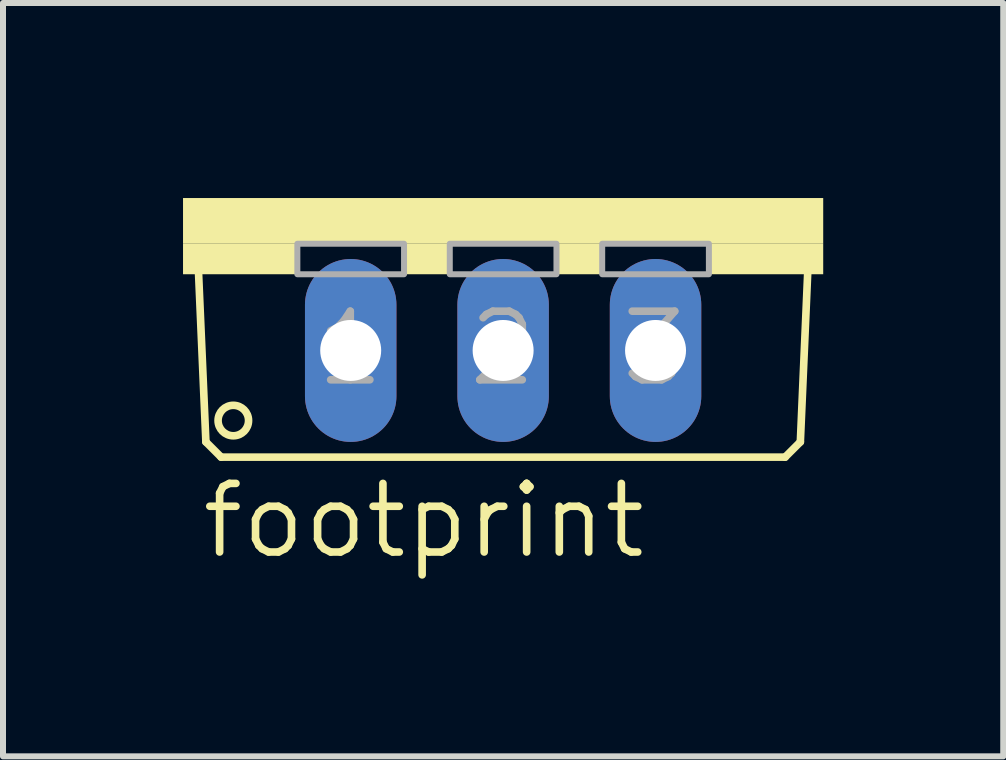
<source format=kicad_pcb>
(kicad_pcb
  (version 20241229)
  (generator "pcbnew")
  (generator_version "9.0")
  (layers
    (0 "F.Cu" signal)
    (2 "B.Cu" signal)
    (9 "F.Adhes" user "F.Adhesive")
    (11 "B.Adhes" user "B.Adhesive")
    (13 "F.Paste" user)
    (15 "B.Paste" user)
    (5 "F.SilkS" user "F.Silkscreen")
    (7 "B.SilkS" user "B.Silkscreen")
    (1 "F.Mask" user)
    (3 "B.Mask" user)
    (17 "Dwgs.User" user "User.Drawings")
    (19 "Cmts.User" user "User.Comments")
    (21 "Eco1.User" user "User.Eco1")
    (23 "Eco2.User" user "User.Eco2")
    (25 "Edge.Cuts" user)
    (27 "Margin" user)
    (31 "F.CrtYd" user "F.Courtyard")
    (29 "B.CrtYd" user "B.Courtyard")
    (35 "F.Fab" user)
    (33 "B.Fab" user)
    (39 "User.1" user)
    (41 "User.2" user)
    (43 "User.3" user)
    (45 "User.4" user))
  (footprint "footprint"
    (layer "F.Cu")
    (at 5.334 0.25)
    (property "Reference" "footprint" (at -5.08 6.045 0) (layer "F.SilkS") (effects (font (size 1.143 1.143) (thickness 0.127)) (justify left bottom)))
    (fp_line (start -4.953 4.064) (end -5.08 1.143) (stroke (width 0.127) (type solid)) (layer "F.SilkS"))
    (fp_line (start -4.953 4.064) (end -4.699 4.318) (stroke (width 0.127) (type solid)) (layer "F.SilkS"))
    (fp_line (start 4.699 4.318) (end -4.699 4.318) (stroke (width 0.127) (type solid)) (layer "F.SilkS"))
    (fp_line (start 4.699 4.318) (end 4.953 4.064) (stroke (width 0.127) (type solid)) (layer "F.SilkS"))
    (fp_line (start 5.08 1.143) (end 4.953 4.064) (stroke (width 0.127) (type solid)) (layer "F.SilkS"))
    (fp_circle (center -4.496 3.708) (end -4.242 3.708) (stroke (width 0.127) (type solid)) (fill no) (layer "F.SilkS"))
    (fp_poly (pts (xy -5.334 0.762) (xy 5.334 0.762) (xy 5.334 0) (xy -5.334 0)) (stroke (width 0) (type solid)) (fill yes) (layer "F.SilkS"))
    (fp_poly (pts (xy -5.334 1.27) (xy -3.429 1.27) (xy -3.429 0.762) (xy -5.334 0.762)) (stroke (width 0) (type solid)) (fill yes) (layer "F.SilkS"))
    (fp_poly (pts (xy -1.651 1.27) (xy -0.889 1.27) (xy -0.889 0.762) (xy -1.651 0.762)) (stroke (width 0) (type solid)) (fill yes) (layer "F.SilkS"))
    (fp_poly (pts (xy 0.889 1.27) (xy 1.651 1.27) (xy 1.651 0.762) (xy 0.889 0.762)) (stroke (width 0) (type solid)) (fill yes) (layer "F.SilkS"))
    (fp_poly (pts (xy 3.429 1.27) (xy 5.334 1.27) (xy 5.334 0.762) (xy 3.429 0.762)) (stroke (width 0) (type solid)) (fill yes) (layer "F.SilkS"))
    (fp_poly (pts (xy -3.429 1.27) (xy -1.651 1.27) (xy -1.651 0.762) (xy -3.429 0.762)) (stroke (width 0.1) (type solid)) (fill no) (layer "F.Fab"))
    (fp_poly (pts (xy -0.889 1.27) (xy 0.889 1.27) (xy 0.889 0.762) (xy -0.889 0.762)) (stroke (width 0.1) (type solid)) (fill no) (layer "F.Fab"))
    (fp_poly (pts (xy 1.651 1.27) (xy 3.429 1.27) (xy 3.429 0.762) (xy 1.651 0.762)) (stroke (width 0.1) (type solid)) (fill no) (layer "F.Fab"))
    (fp_text user "2" (at -0.635 3.175 0) (layer "F.Fab") (effects (font (size 1.143 1.143) (thickness 0.127)) (justify left bottom)))
    (fp_text user "3" (at 1.905 3.175 0) (layer "F.Fab") (effects (font (size 1.143 1.143) (thickness 0.127)) (justify left bottom)))
    (fp_text user "1" (at -3.175 3.175 0) (layer "F.Fab") (effects (font (size 1.143 1.143) (thickness 0.127)) (justify left bottom)))
    (pad "1" thru_hole oval (at -2.54 2.54 90) (size 3.048 1.524) (drill 1.016) (layers "*.Cu" "*.Mask"))
    (pad "2" thru_hole oval (at 0 2.54 90) (size 3.048 1.524) (drill 1.016) (layers "*.Cu" "*.Mask"))
    (pad "3" thru_hole oval (at 2.54 2.54 90) (size 3.048 1.524) (drill 1.016) (layers "*.Cu" "*.Mask")))
  (gr_rect
    (start -3 -3)
    (end 13.668 9.554)
    (stroke (width 0.1) (type default))
    (fill no)
    (layer "Edge.Cuts")))
</source>
